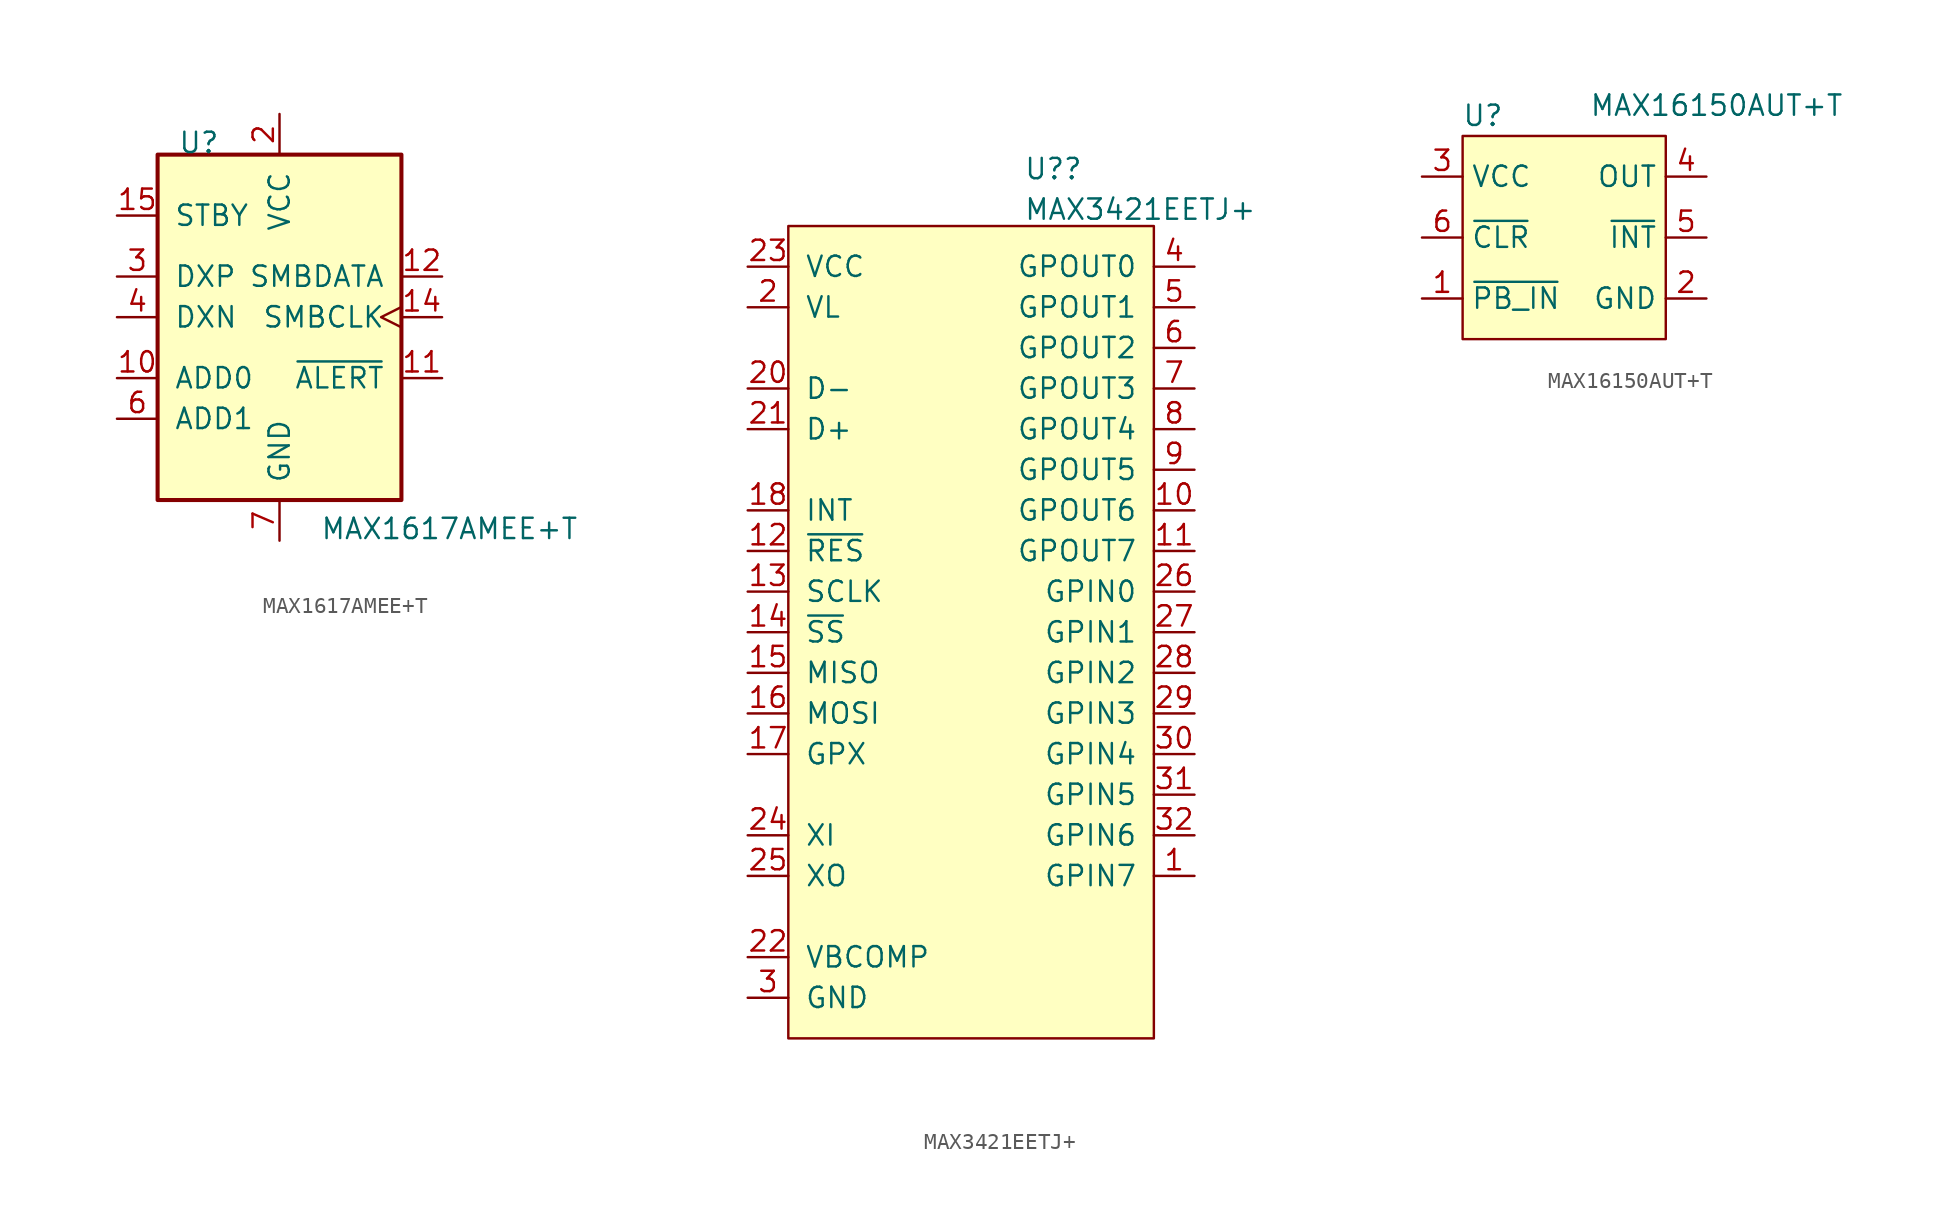
<source format=kicad_sym>
(kicad_symbol_lib
  (version 20211014)
  (generator kicad_symbol_editor)
  (symbol "MAX1617AMEE+T"
    (pin_names
      (offset 1.016))
    (property "Reference" "U"
      (at -6.35 10.16 0)
      (effects (font (size 1.27 1.27)) (justify left bottom)))
    (property "Value" "MAX1617AMEE+T"
      (at 2.54 -13.97 0)
      (effects (font (size 1.27 1.27)) (justify left bottom)))
    (symbol "MAX1617AMEE+T_0_0"
      (rectangle (start -7.62 10.16) (end 7.62 -11.43) (stroke (width 0.254) (type default) (color 0 0 0 0)) (fill (type background)))
      (pin no_connect line (at 10.16 -8.89 180) (length 2.54) hide (name "NC" (effects (font (size 1.27 1.27)))) (number "1" (effects (font (size 1.27 1.27)))))
      (pin input line (at -10.16 -3.81 0) (length 2.54) (name "ADD0" (effects (font (size 1.27 1.27)))) (number "10" (effects (font (size 1.27 1.27)))))
      (pin output line (at 10.16 -3.81 180) (length 2.54) (name "~{ALERT}" (effects (font (size 1.27 1.27)))) (number "11" (effects (font (size 1.27 1.27)))))
      (pin bidirectional line (at 10.16 2.54 180) (length 2.54) (name "SMBDATA" (effects (font (size 1.27 1.27)))) (number "12" (effects (font (size 1.27 1.27)))))
      (pin no_connect line (at 10.16 -8.89 180) (length 2.54) hide (name "NC" (effects (font (size 1.27 1.27)))) (number "13" (effects (font (size 1.27 1.27)))))
      (pin input clock (at 10.16 0 180) (length 2.54) (name "SMBCLK" (effects (font (size 1.27 1.27)))) (number "14" (effects (font (size 1.27 1.27)))))
      (pin input line (at -10.16 6.35 0) (length 2.54) (name "STBY" (effects (font (size 1.27 1.27)))) (number "15" (effects (font (size 1.27 1.27)))))
      (pin no_connect line (at 10.16 -8.89 180) (length 2.54) hide (name "NC" (effects (font (size 1.27 1.27)))) (number "16" (effects (font (size 1.27 1.27)))))
      (pin power_in line (at 0 12.7 270) (length 2.54) (name "VCC" (effects (font (size 1.27 1.27)))) (number "2" (effects (font (size 1.27 1.27)))))
      (pin input line (at -10.16 2.54 0) (length 2.54) (name "DXP" (effects (font (size 1.27 1.27)))) (number "3" (effects (font (size 1.27 1.27)))))
      (pin input line (at -10.16 0 0) (length 2.54) (name "DXN" (effects (font (size 1.27 1.27)))) (number "4" (effects (font (size 1.27 1.27)))))
      (pin no_connect line (at 10.16 -8.89 180) (length 2.54) hide (name "NC" (effects (font (size 1.27 1.27)))) (number "5" (effects (font (size 1.27 1.27)))))
      (pin input line (at -10.16 -6.35 0) (length 2.54) (name "ADD1" (effects (font (size 1.27 1.27)))) (number "6" (effects (font (size 1.27 1.27)))))
      (pin power_in line (at 0 -13.97 90) (length 2.54) (name "GND" (effects (font (size 1.27 1.27)))) (number "7" (effects (font (size 1.27 1.27)))))
      (pin power_in line (at 0 -13.97 90) (length 2.54) hide (name "GND" (effects (font (size 1.27 1.27)))) (number "8" (effects (font (size 1.27 1.27)))))
      (pin no_connect line (at 10.16 -8.89 180) (length 2.54) hide (name "NC" (effects (font (size 1.27 1.27)))) (number "9" (effects (font (size 1.27 1.27)))))))
  (symbol "MAX3421EETJ+"
    (pin_names
      (offset 1.016))
    (property "Reference" "U?"
      (at 2.019 26.433 0)
      (effects (font (size 1.27 1.27)) (justify left)))
    (property "Value" "MAX3421EETJ+"
      (at 2.019 23.896 0)
      (effects (font (size 1.27 1.27)) (justify left)))
    (symbol "MAX3421EETJ+_0_1"
      (rectangle (start -12.7 22.86) (end 10.16 -27.94) (stroke (width 0) (type default) (color 0 0 0 0)) (fill (type background))))
    (symbol "MAX3421EETJ+_1_1"
      (pin input line (at 12.7 -17.78 180) (length 2.54) (name "GPIN7" (effects (font (size 1.27 1.27)))) (number "1" (effects (font (size 1.27 1.27)))))
      (pin output line (at 12.7 5.08 180) (length 2.54) (name "GPOUT6" (effects (font (size 1.27 1.27)))) (number "10" (effects (font (size 1.27 1.27)))))
      (pin output line (at 12.7 2.54 180) (length 2.54) (name "GPOUT7" (effects (font (size 1.27 1.27)))) (number "11" (effects (font (size 1.27 1.27)))))
      (pin input line (at -15.24 2.54 0) (length 2.54) (name "~{RES}" (effects (font (size 1.27 1.27)))) (number "12" (effects (font (size 1.27 1.27)))))
      (pin input line (at -15.24 0 0) (length 2.54) (name "SCLK" (effects (font (size 1.27 1.27)))) (number "13" (effects (font (size 1.27 1.27)))))
      (pin input line (at -15.24 -2.54 0) (length 2.54) (name "~{SS}" (effects (font (size 1.27 1.27)))) (number "14" (effects (font (size 1.27 1.27)))))
      (pin output line (at -15.24 -5.08 0) (length 2.54) (name "MISO" (effects (font (size 1.27 1.27)))) (number "15" (effects (font (size 1.27 1.27)))))
      (pin input line (at -15.24 -7.62 0) (length 2.54) (name "MOSI" (effects (font (size 1.27 1.27)))) (number "16" (effects (font (size 1.27 1.27)))))
      (pin output line (at -15.24 -10.16 0) (length 2.54) (name "GPX" (effects (font (size 1.27 1.27)))) (number "17" (effects (font (size 1.27 1.27)))))
      (pin output line (at -15.24 5.08 0) (length 2.54) (name "INT" (effects (font (size 1.27 1.27)))) (number "18" (effects (font (size 1.27 1.27)))))
      (pin passive line (at -15.24 -25.4 0) (length 2.54) hide (name "GND" (effects (font (size 1.27 1.27)))) (number "19" (effects (font (size 1.27 1.27)))))
      (pin power_in line (at -15.24 17.78 0) (length 2.54) (name "VL" (effects (font (size 1.27 1.27)))) (number "2" (effects (font (size 1.27 1.27)))))
      (pin bidirectional line (at -15.24 12.7 0) (length 2.54) (name "D-" (effects (font (size 1.27 1.27)))) (number "20" (effects (font (size 1.27 1.27)))))
      (pin bidirectional line (at -15.24 10.16 0) (length 2.54) (name "D+" (effects (font (size 1.27 1.27)))) (number "21" (effects (font (size 1.27 1.27)))))
      (pin input line (at -15.24 -22.86 0) (length 2.54) (name "VBCOMP" (effects (font (size 1.27 1.27)))) (number "22" (effects (font (size 1.27 1.27)))))
      (pin power_in line (at -15.24 20.32 0) (length 2.54) (name "VCC" (effects (font (size 1.27 1.27)))) (number "23" (effects (font (size 1.27 1.27)))))
      (pin input line (at -15.24 -15.24 0) (length 2.54) (name "XI" (effects (font (size 1.27 1.27)))) (number "24" (effects (font (size 1.27 1.27)))))
      (pin output line (at -15.24 -17.78 0) (length 2.54) (name "XO" (effects (font (size 1.27 1.27)))) (number "25" (effects (font (size 1.27 1.27)))))
      (pin input line (at 12.7 0 180) (length 2.54) (name "GPIN0" (effects (font (size 1.27 1.27)))) (number "26" (effects (font (size 1.27 1.27)))))
      (pin input line (at 12.7 -2.54 180) (length 2.54) (name "GPIN1" (effects (font (size 1.27 1.27)))) (number "27" (effects (font (size 1.27 1.27)))))
      (pin input line (at 12.7 -5.08 180) (length 2.54) (name "GPIN2" (effects (font (size 1.27 1.27)))) (number "28" (effects (font (size 1.27 1.27)))))
      (pin input line (at 12.7 -7.62 180) (length 2.54) (name "GPIN3" (effects (font (size 1.27 1.27)))) (number "29" (effects (font (size 1.27 1.27)))))
      (pin passive line (at -15.24 -25.4 0) (length 2.54) (name "GND" (effects (font (size 1.27 1.27)))) (number "3" (effects (font (size 1.27 1.27)))))
      (pin input line (at 12.7 -10.16 180) (length 2.54) (name "GPIN4" (effects (font (size 1.27 1.27)))) (number "30" (effects (font (size 1.27 1.27)))))
      (pin input line (at 12.7 -12.7 180) (length 2.54) (name "GPIN5" (effects (font (size 1.27 1.27)))) (number "31" (effects (font (size 1.27 1.27)))))
      (pin input line (at 12.7 -15.24 180) (length 2.54) (name "GPIN6" (effects (font (size 1.27 1.27)))) (number "32" (effects (font (size 1.27 1.27)))))
      (pin passive line (at -15.24 -25.4 0) (length 2.54) hide (name "EP" (effects (font (size 1.27 1.27)))) (number "33" (effects (font (size 1.27 1.27)))))
      (pin output line (at 12.7 20.32 180) (length 2.54) (name "GPOUT0" (effects (font (size 1.27 1.27)))) (number "4" (effects (font (size 1.27 1.27)))))
      (pin output line (at 12.7 17.78 180) (length 2.54) (name "GPOUT1" (effects (font (size 1.27 1.27)))) (number "5" (effects (font (size 1.27 1.27)))))
      (pin output line (at 12.7 15.24 180) (length 2.54) (name "GPOUT2" (effects (font (size 1.27 1.27)))) (number "6" (effects (font (size 1.27 1.27)))))
      (pin output line (at 12.7 12.7 180) (length 2.54) (name "GPOUT3" (effects (font (size 1.27 1.27)))) (number "7" (effects (font (size 1.27 1.27)))))
      (pin output line (at 12.7 10.16 180) (length 2.54) (name "GPOUT4" (effects (font (size 1.27 1.27)))) (number "8" (effects (font (size 1.27 1.27)))))
      (pin output line (at 12.7 7.62 180) (length 2.54) (name "GPOUT5" (effects (font (size 1.27 1.27)))) (number "9" (effects (font (size 1.27 1.27)))))))
  (symbol "MAX16150AUT+T"
    (property "Reference" "U"
      (at -5.08 7.62 0)
      (effects (font (size 1.27 1.27))))
    (property "Value" "MAX16150AUT+T"
      (at 9.525 8.255 0)
      (effects (font (size 1.27 1.27))))
    (symbol "MAX16150AUT+T_0_1"
      (rectangle (start -6.35 6.35) (end 6.35 -6.35) (stroke (width 0.152) (type default) (color 0 0 0 0)) (fill (type background))))
    (symbol "MAX16150AUT+T_1_1"
      (pin input line (at -8.89 -3.81 0) (length 2.54) (name "~{PB_IN}" (effects (font (size 1.27 1.27)))) (number "1" (effects (font (size 1.27 1.27)))))
      (pin power_in line (at 8.89 -3.81 180) (length 2.54) (name "GND" (effects (font (size 1.27 1.27)))) (number "2" (effects (font (size 1.27 1.27)))))
      (pin power_in line (at -8.89 3.81 0) (length 2.54) (name "VCC" (effects (font (size 1.27 1.27)))) (number "3" (effects (font (size 1.27 1.27)))))
      (pin power_in line (at 8.89 3.81 180) (length 2.54) (name "OUT" (effects (font (size 1.27 1.27)))) (number "4" (effects (font (size 1.27 1.27)))))
      (pin power_in line (at 8.89 0 180) (length 2.54) (name "~{INT}" (effects (font (size 1.27 1.27)))) (number "5" (effects (font (size 1.27 1.27)))))
      (pin power_in line (at -8.89 0 0) (length 2.54) (name "~{CLR}" (effects (font (size 1.27 1.27)))) (number "6" (effects (font (size 1.27 1.27))))))))
</source>
